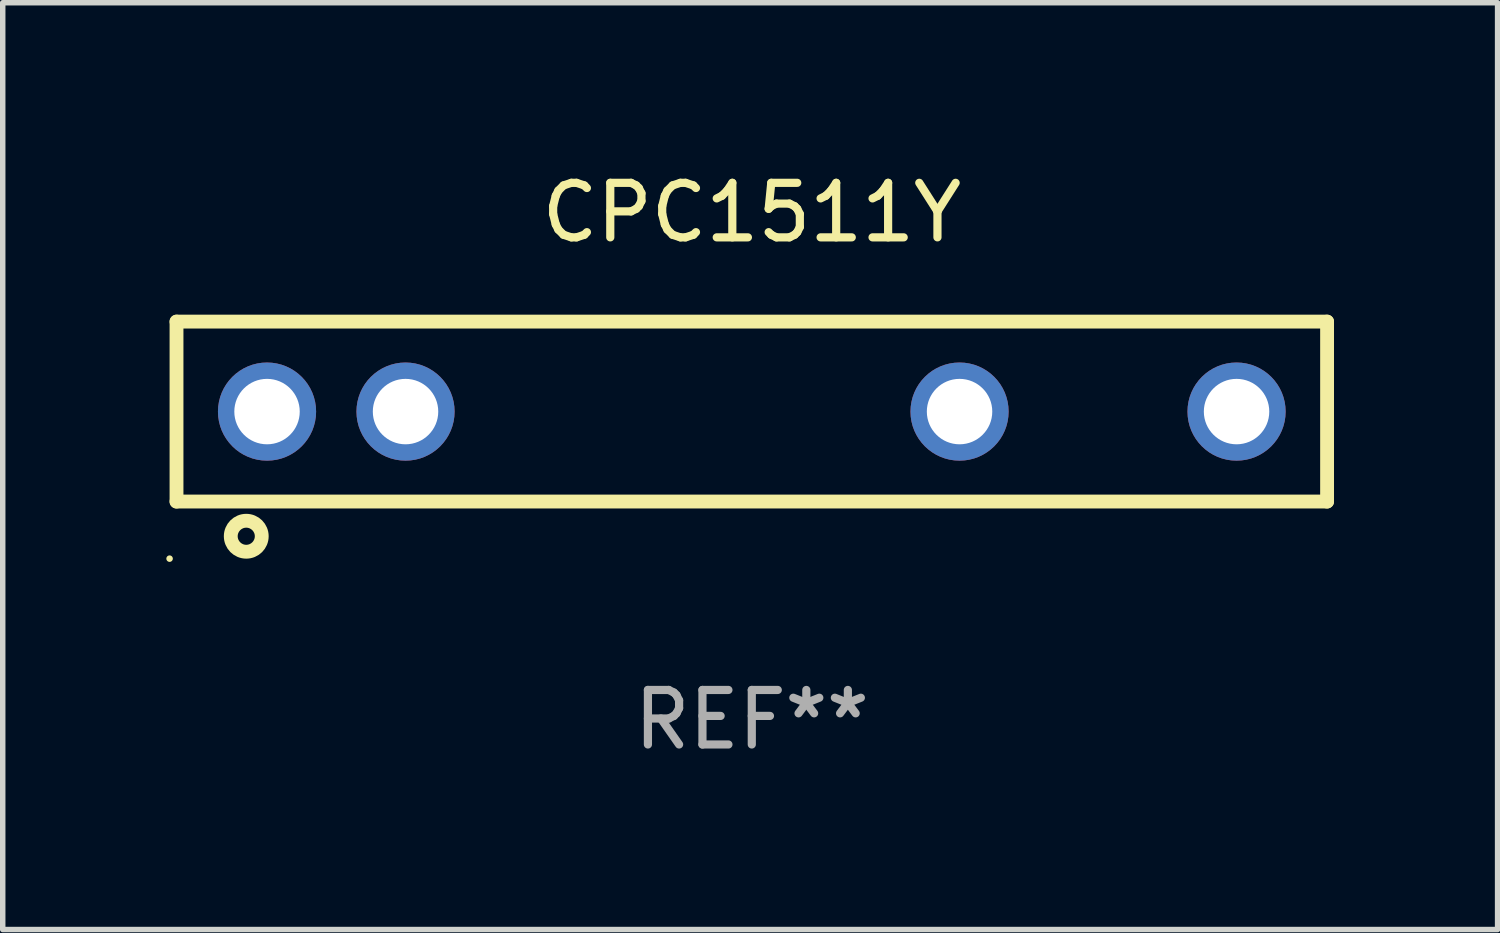
<source format=kicad_pcb>
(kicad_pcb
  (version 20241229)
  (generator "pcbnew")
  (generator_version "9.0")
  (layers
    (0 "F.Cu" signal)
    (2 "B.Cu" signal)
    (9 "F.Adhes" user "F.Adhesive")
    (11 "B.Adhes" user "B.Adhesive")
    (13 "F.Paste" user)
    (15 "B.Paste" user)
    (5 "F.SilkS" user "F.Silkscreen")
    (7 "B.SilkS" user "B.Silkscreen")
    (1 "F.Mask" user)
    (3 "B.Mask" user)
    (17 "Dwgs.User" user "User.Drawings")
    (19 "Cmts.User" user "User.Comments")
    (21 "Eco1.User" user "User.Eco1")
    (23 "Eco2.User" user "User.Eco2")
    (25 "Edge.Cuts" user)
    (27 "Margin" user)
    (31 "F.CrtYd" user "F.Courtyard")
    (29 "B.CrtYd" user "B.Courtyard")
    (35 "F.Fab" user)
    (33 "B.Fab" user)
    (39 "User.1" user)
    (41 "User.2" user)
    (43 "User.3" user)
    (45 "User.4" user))
  (footprint "CPC1511Y"
    (layer "F.Cu")
    (at 10.737 4.498)
    (property "Reference" "CPC1511Y" (at 0 -3.65 0) (layer "F.SilkS") (effects (font (size 1 1) (thickness 0.15))))
    (attr through_hole)
    (fp_line (start -10.55 -1.65) (end -10.55 1.65) (stroke (width 0.254) (type solid)) (layer "F.SilkS"))
    (fp_line (start 10.55 -1.65) (end -10.55 -1.65) (stroke (width 0.254) (type solid)) (layer "F.SilkS"))
    (fp_line (start 10.55 1.65) (end -10.55 1.65) (stroke (width 0.254) (type solid)) (layer "F.SilkS"))
    (fp_line (start 10.55 1.65) (end 10.55 -1.65) (stroke (width 0.254) (type solid)) (layer "F.SilkS"))
    (fp_circle (center -10.677 2.697) (end -10.647 2.697) (stroke (width 0.06) (type solid)) (fill no) (layer "F.SilkS"))
    (fp_circle (center -9.271 2.286) (end -8.987 2.286) (stroke (width 0.254) (type solid)) (fill no) (layer "F.SilkS"))
    (fp_text user "REF**" (at 0 5.65 0) (layer "F.Fab") (effects (font (size 1 1) (thickness 0.15))))
    (pad "1" thru_hole circle (at -8.89 0) (size 1.8 1.8) (drill 1.2) (layers "*.Cu" "*.Mask"))
    (pad "2" thru_hole circle (at -6.35 0) (size 1.8 1.8) (drill 1.2) (layers "*.Cu" "*.Mask"))
    (pad "3" thru_hole circle (at 3.81 0) (size 1.8 1.8) (drill 1.2) (layers "*.Cu" "*.Mask"))
    (pad "4" thru_hole circle (at 8.89 0) (size 1.8 1.8) (drill 1.2) (layers "*.Cu" "*.Mask")))
  (gr_rect
    (start -3 -3)
    (end 24.414 13.997)
    (stroke (width 0.1) (type default))
    (fill no)
    (layer "Edge.Cuts")))
</source>
